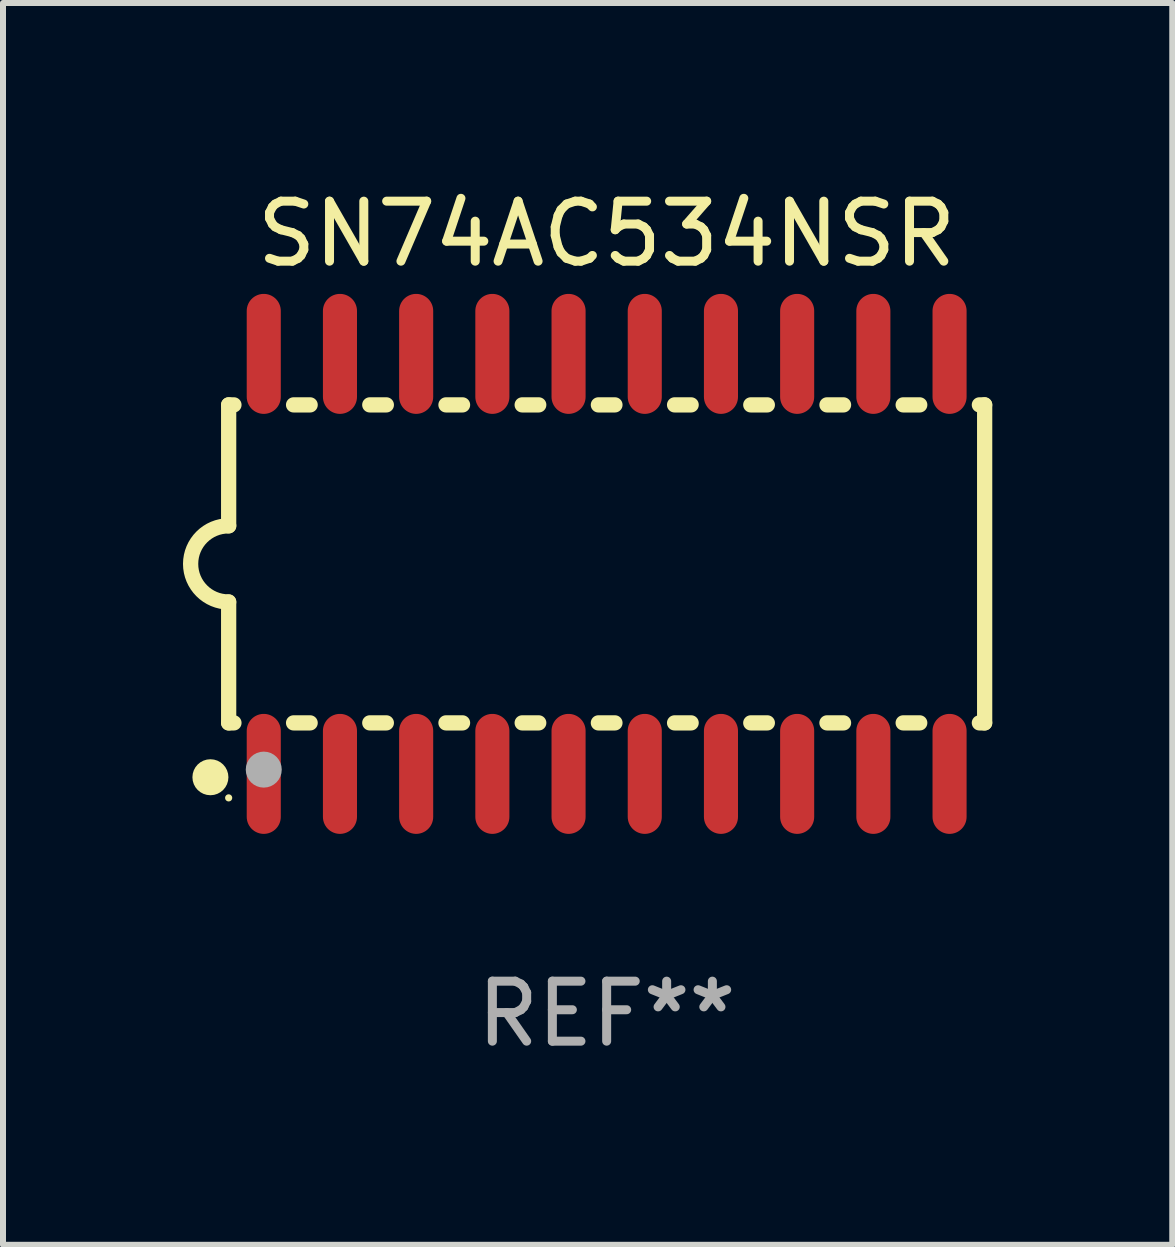
<source format=kicad_pcb>
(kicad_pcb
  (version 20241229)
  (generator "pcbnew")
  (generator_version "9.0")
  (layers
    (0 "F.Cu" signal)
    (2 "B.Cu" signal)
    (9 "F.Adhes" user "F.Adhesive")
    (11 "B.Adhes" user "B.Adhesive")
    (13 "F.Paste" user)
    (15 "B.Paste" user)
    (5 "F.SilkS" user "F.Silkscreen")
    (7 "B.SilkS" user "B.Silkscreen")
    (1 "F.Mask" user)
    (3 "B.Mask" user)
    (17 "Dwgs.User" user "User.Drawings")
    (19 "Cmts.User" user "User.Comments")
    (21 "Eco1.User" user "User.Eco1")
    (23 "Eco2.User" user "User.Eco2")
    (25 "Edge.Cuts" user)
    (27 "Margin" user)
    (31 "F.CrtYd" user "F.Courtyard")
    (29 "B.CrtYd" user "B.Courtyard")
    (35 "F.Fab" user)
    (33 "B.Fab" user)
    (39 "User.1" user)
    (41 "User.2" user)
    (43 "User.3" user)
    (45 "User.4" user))
  (footprint "SN74AC534NSR"
    (layer "F.Cu")
    (at 7.061 6.348)
    (property "Reference" "SN74AC534NSR" (at 0 -5.5 0) (layer "F.SilkS") (effects (font (size 1 1) (thickness 0.15))))
    (attr through_hole)
    (fp_line (start -6.3 -2.65) (end -6.3 -0.635) (stroke (width 0.254) (type solid)) (layer "F.SilkS"))
    (fp_line (start -6.3 -2.65) (end -6.212 -2.65) (stroke (width 0.254) (type solid)) (layer "F.SilkS"))
    (fp_line (start -6.3 2.65) (end -6.3 0.635) (stroke (width 0.254) (type solid)) (layer "F.SilkS"))
    (fp_line (start -6.3 2.65) (end -6.212 2.65) (stroke (width 0.254) (type solid)) (layer "F.SilkS"))
    (fp_line (start -5.218 -2.65) (end -4.942 -2.65) (stroke (width 0.254) (type solid)) (layer "F.SilkS"))
    (fp_line (start -5.218 2.65) (end -4.942 2.65) (stroke (width 0.254) (type solid)) (layer "F.SilkS"))
    (fp_line (start -3.948 -2.65) (end -3.672 -2.65) (stroke (width 0.254) (type solid)) (layer "F.SilkS"))
    (fp_line (start -3.948 2.65) (end -3.672 2.65) (stroke (width 0.254) (type solid)) (layer "F.SilkS"))
    (fp_line (start -2.678 -2.65) (end -2.402 -2.65) (stroke (width 0.254) (type solid)) (layer "F.SilkS"))
    (fp_line (start -2.678 2.65) (end -2.402 2.65) (stroke (width 0.254) (type solid)) (layer "F.SilkS"))
    (fp_line (start -1.408 -2.65) (end -1.132 -2.65) (stroke (width 0.254) (type solid)) (layer "F.SilkS"))
    (fp_line (start -1.408 2.65) (end -1.132 2.65) (stroke (width 0.254) (type solid)) (layer "F.SilkS"))
    (fp_line (start -0.138 -2.65) (end 0.138 -2.65) (stroke (width 0.254) (type solid)) (layer "F.SilkS"))
    (fp_line (start -0.138 2.65) (end 0.138 2.65) (stroke (width 0.254) (type solid)) (layer "F.SilkS"))
    (fp_line (start 1.132 -2.65) (end 1.408 -2.65) (stroke (width 0.254) (type solid)) (layer "F.SilkS"))
    (fp_line (start 1.132 2.65) (end 1.408 2.65) (stroke (width 0.254) (type solid)) (layer "F.SilkS"))
    (fp_line (start 2.402 -2.65) (end 2.678 -2.65) (stroke (width 0.254) (type solid)) (layer "F.SilkS"))
    (fp_line (start 2.402 2.65) (end 2.678 2.65) (stroke (width 0.254) (type solid)) (layer "F.SilkS"))
    (fp_line (start 3.672 -2.65) (end 3.948 -2.65) (stroke (width 0.254) (type solid)) (layer "F.SilkS"))
    (fp_line (start 3.672 2.65) (end 3.948 2.65) (stroke (width 0.254) (type solid)) (layer "F.SilkS"))
    (fp_line (start 4.942 -2.65) (end 5.218 -2.65) (stroke (width 0.254) (type solid)) (layer "F.SilkS"))
    (fp_line (start 4.942 2.65) (end 5.218 2.65) (stroke (width 0.254) (type solid)) (layer "F.SilkS"))
    (fp_line (start 6.212 -2.65) (end 6.3 -2.65) (stroke (width 0.254) (type solid)) (layer "F.SilkS"))
    (fp_line (start 6.212 2.65) (end 6.3 2.65) (stroke (width 0.254) (type solid)) (layer "F.SilkS"))
    (fp_line (start 6.3 -2.65) (end 6.3 2.65) (stroke (width 0.254) (type solid)) (layer "F.SilkS"))
    (fp_arc (start -6.299975 0.634874) (mid -6.933579 0.000127) (end -6.299213 -0.633858) (stroke (width 0.254001) (type solid)) (layer "F.SilkS"))
    (fp_circle (center -6.604 3.556) (end -6.454 3.556) (stroke (width 0.3) (type solid)) (fill no) (layer "F.SilkS"))
    (fp_circle (center -6.3 3.9) (end -6.27 3.9) (stroke (width 0.06) (type solid)) (fill no) (layer "F.SilkS"))
    (fp_circle (center -5.715 3.429) (end -5.565 3.429) (stroke (width 0.3) (type solid)) (fill no) (layer "F.Fab"))
    (fp_text user "REF**" (at 0 7.5 0) (layer "F.Fab") (effects (font (size 1 1) (thickness 0.15))))
    (pad "1" smd oval (at -5.715 3.5) (size 0.568 2) (layers "F.Cu" "F.Mask" "F.Paste"))
    (pad "2" smd oval (at -4.445 3.5) (size 0.568 2) (layers "F.Cu" "F.Mask" "F.Paste"))
    (pad "3" smd oval (at -3.175 3.5) (size 0.568 2) (layers "F.Cu" "F.Mask" "F.Paste"))
    (pad "4" smd oval (at -1.905 3.5) (size 0.568 2) (layers "F.Cu" "F.Mask" "F.Paste"))
    (pad "5" smd oval (at -0.635 3.5) (size 0.568 2) (layers "F.Cu" "F.Mask" "F.Paste"))
    (pad "6" smd oval (at 0.635 3.5) (size 0.568 2) (layers "F.Cu" "F.Mask" "F.Paste"))
    (pad "7" smd oval (at 1.905 3.5) (size 0.568 2) (layers "F.Cu" "F.Mask" "F.Paste"))
    (pad "8" smd oval (at 3.175 3.5) (size 0.568 2) (layers "F.Cu" "F.Mask" "F.Paste"))
    (pad "9" smd oval (at 4.445 3.5) (size 0.568 2) (layers "F.Cu" "F.Mask" "F.Paste"))
    (pad "10" smd oval (at 5.715 3.5) (size 0.568 2) (layers "F.Cu" "F.Mask" "F.Paste"))
    (pad "11" smd oval (at 5.715 -3.5) (size 0.568 2) (layers "F.Cu" "F.Mask" "F.Paste"))
    (pad "12" smd oval (at 4.445 -3.5) (size 0.568 2) (layers "F.Cu" "F.Mask" "F.Paste"))
    (pad "13" smd oval (at 3.175 -3.5) (size 0.568 2) (layers "F.Cu" "F.Mask" "F.Paste"))
    (pad "14" smd oval (at 1.905 -3.5) (size 0.568 2) (layers "F.Cu" "F.Mask" "F.Paste"))
    (pad "15" smd oval (at 0.635 -3.5) (size 0.568 2) (layers "F.Cu" "F.Mask" "F.Paste"))
    (pad "16" smd oval (at -0.635 -3.5) (size 0.568 2) (layers "F.Cu" "F.Mask" "F.Paste"))
    (pad "17" smd oval (at -1.905 -3.5) (size 0.568 2) (layers "F.Cu" "F.Mask" "F.Paste"))
    (pad "18" smd oval (at -3.175 -3.5) (size 0.568 2) (layers "F.Cu" "F.Mask" "F.Paste"))
    (pad "19" smd oval (at -4.445 -3.5) (size 0.568 2) (layers "F.Cu" "F.Mask" "F.Paste"))
    (pad "20" smd oval (at -5.715 -3.5) (size 0.568 2) (layers "F.Cu" "F.Mask" "F.Paste")))
  (gr_rect
    (start -3 -3)
    (end 16.488 17.697)
    (stroke (width 0.1) (type default))
    (fill no)
    (layer "Edge.Cuts")))
</source>
